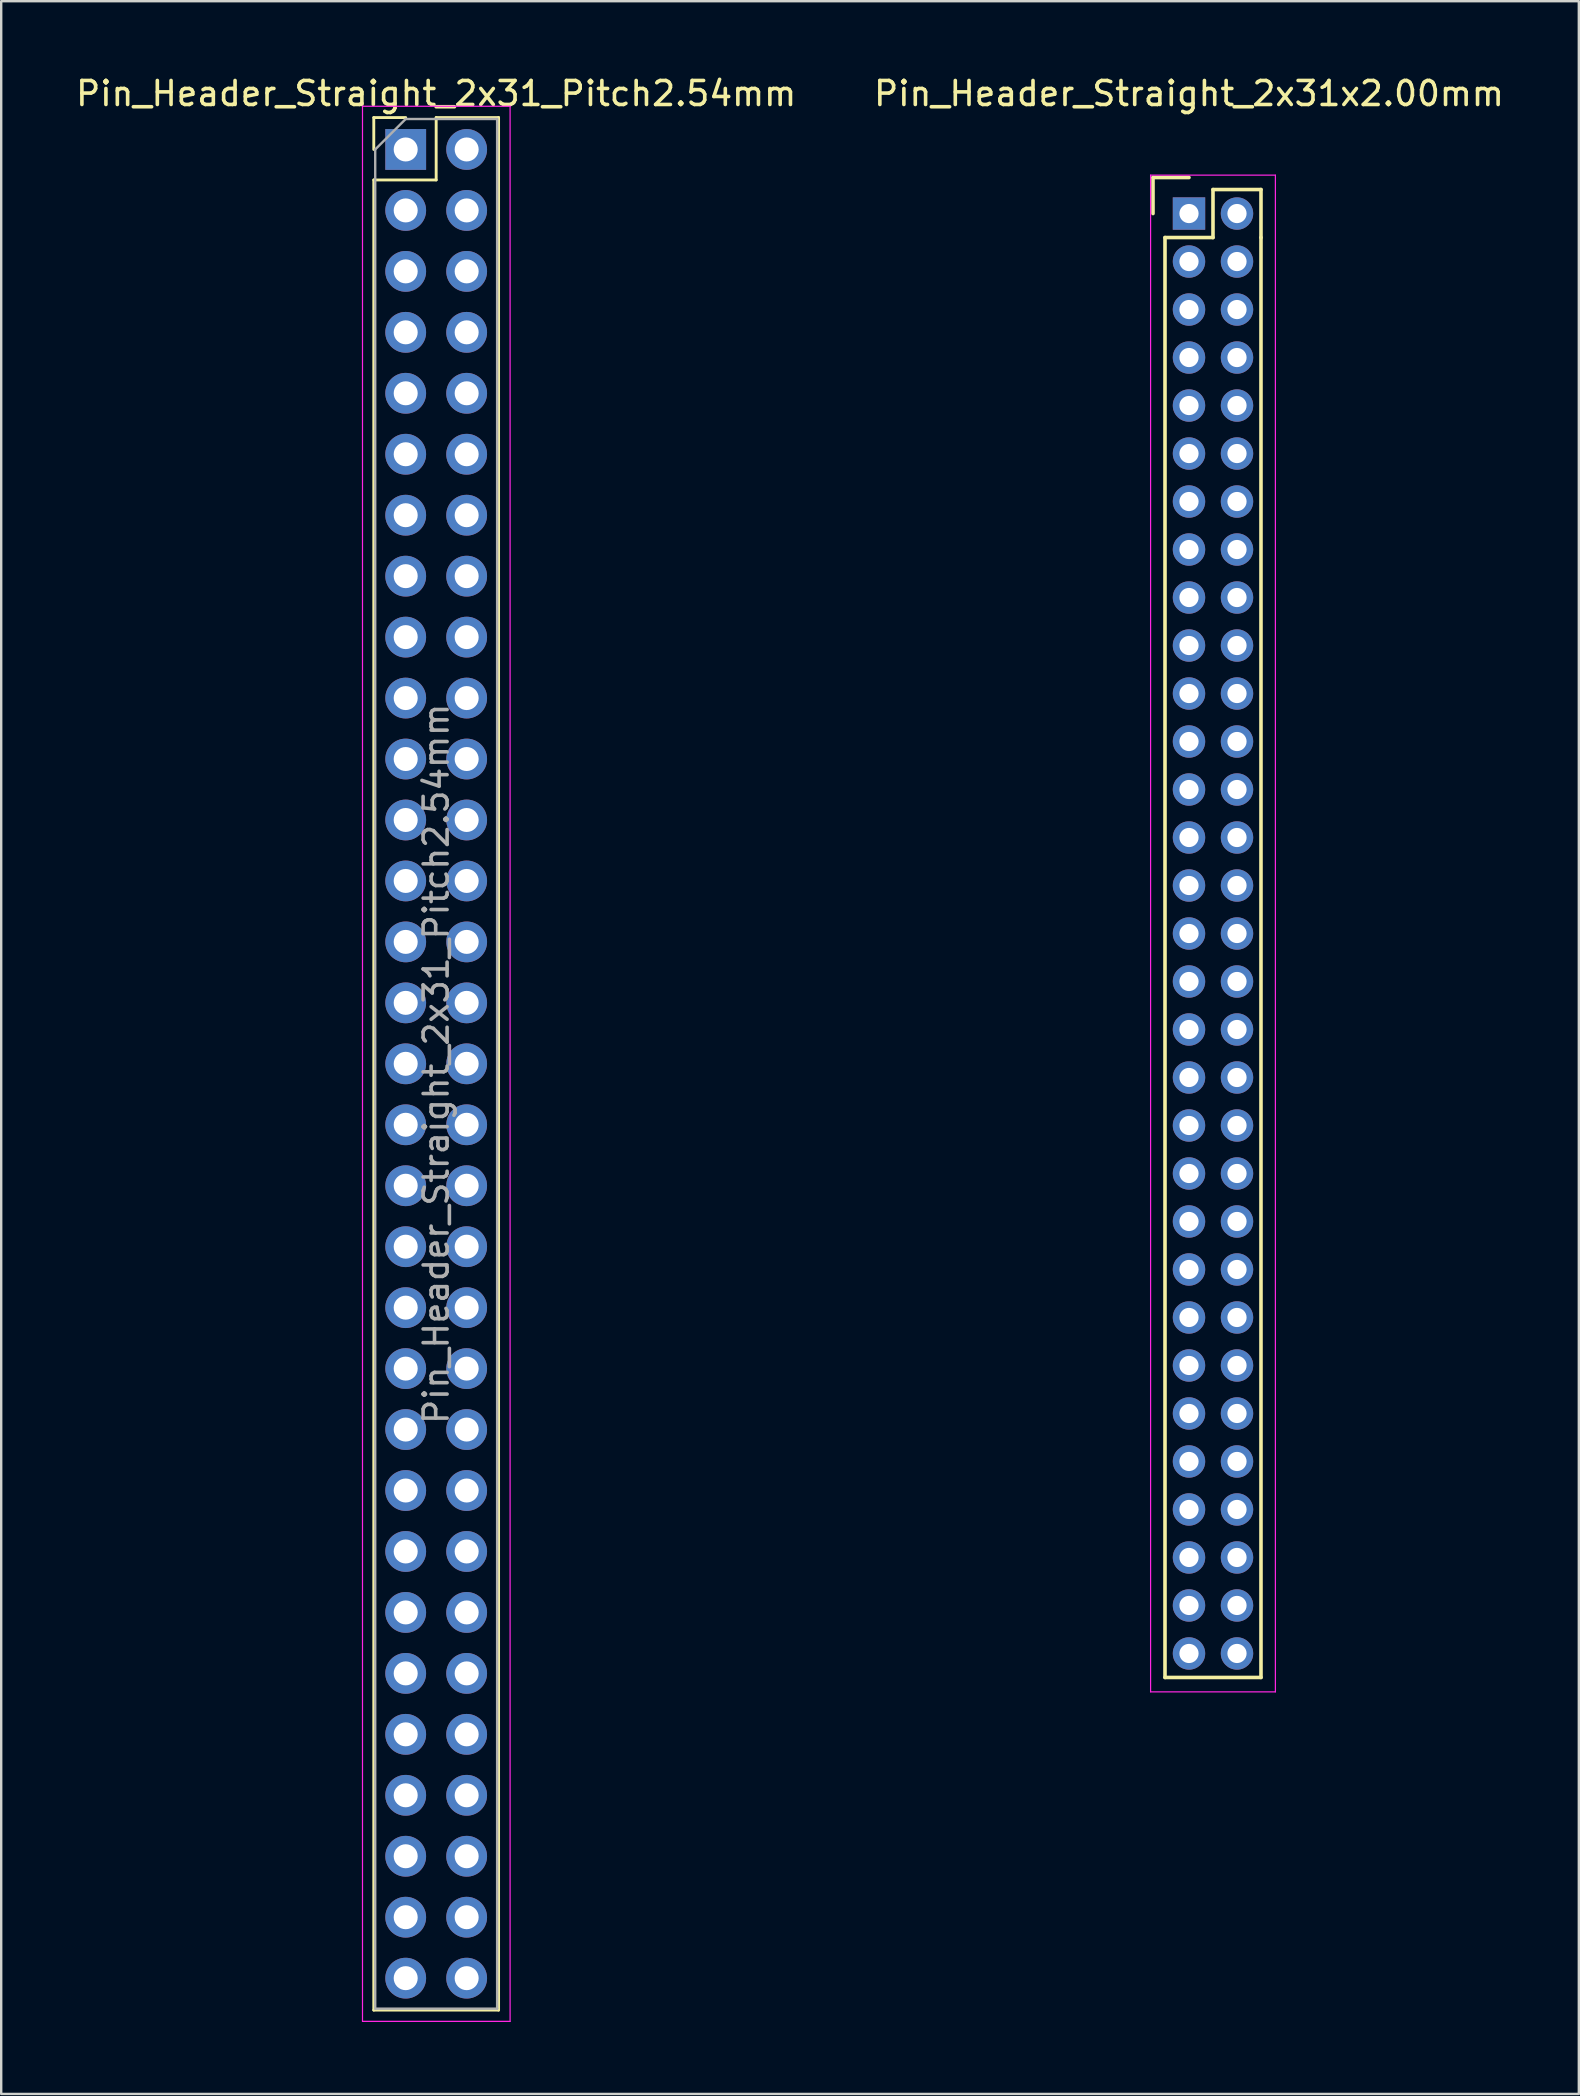
<source format=kicad_pcb>
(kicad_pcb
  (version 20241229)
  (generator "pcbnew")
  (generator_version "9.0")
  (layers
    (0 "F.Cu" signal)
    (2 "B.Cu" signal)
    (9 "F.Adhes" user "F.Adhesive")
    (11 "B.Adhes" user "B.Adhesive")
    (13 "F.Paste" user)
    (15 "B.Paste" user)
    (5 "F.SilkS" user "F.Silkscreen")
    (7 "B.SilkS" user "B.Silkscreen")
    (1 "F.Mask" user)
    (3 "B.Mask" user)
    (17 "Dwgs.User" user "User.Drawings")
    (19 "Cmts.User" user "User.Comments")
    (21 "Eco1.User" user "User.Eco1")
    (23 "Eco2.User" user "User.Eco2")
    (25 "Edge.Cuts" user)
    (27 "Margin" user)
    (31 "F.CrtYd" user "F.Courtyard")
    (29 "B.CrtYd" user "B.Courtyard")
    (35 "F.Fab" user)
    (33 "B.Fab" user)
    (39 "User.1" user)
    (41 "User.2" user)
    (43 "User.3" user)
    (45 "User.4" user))
  (footprint "Pin_Header_Straight_2x31_Pitch2.54mm"
    (layer "F.Cu")
    (at 13.855 3.178)
    (property "Reference" "Pin_Header_Straight_2x31_Pitch2.54mm" (at 1.27 -2.33 0) (layer "F.SilkS") (effects (font (size 1 1) (thickness 0.15))))
    (attr through_hole)
    (fp_line (start -1.33 -1.33) (end 0 -1.33) (stroke (width 0.12) (type solid)) (layer "F.SilkS"))
    (fp_line (start -1.33 0) (end -1.33 -1.33) (stroke (width 0.12) (type solid)) (layer "F.SilkS"))
    (fp_line (start -1.33 1.27) (end -1.33 77.53) (stroke (width 0.12) (type solid)) (layer "F.SilkS"))
    (fp_line (start -1.33 77.53) (end 3.87 77.53) (stroke (width 0.12) (type solid)) (layer "F.SilkS"))
    (fp_line (start 1.27 -1.33) (end 1.27 1.27) (stroke (width 0.12) (type solid)) (layer "F.SilkS"))
    (fp_line (start 1.27 1.27) (end -1.33 1.27) (stroke (width 0.12) (type solid)) (layer "F.SilkS"))
    (fp_line (start 3.87 -1.33) (end 1.27 -1.33) (stroke (width 0.12) (type solid)) (layer "F.SilkS"))
    (fp_line (start 3.87 77.53) (end 3.87 -1.33) (stroke (width 0.12) (type solid)) (layer "F.SilkS"))
    (fp_line (start -1.8 -1.8) (end -1.8 78) (stroke (width 0.05) (type solid)) (layer "F.CrtYd"))
    (fp_line (start -1.8 78) (end 4.35 78) (stroke (width 0.05) (type solid)) (layer "F.CrtYd"))
    (fp_line (start 4.35 -1.8) (end -1.8 -1.8) (stroke (width 0.05) (type solid)) (layer "F.CrtYd"))
    (fp_line (start 4.35 78) (end 4.35 -1.8) (stroke (width 0.05) (type solid)) (layer "F.CrtYd"))
    (fp_line (start -1.27 0) (end 0 -1.27) (stroke (width 0.1) (type solid)) (layer "F.Fab"))
    (fp_line (start -1.27 77.47) (end -1.27 0) (stroke (width 0.1) (type solid)) (layer "F.Fab"))
    (fp_line (start 0 -1.27) (end 3.81 -1.27) (stroke (width 0.1) (type solid)) (layer "F.Fab"))
    (fp_line (start 3.81 -1.27) (end 3.81 77.47) (stroke (width 0.1) (type solid)) (layer "F.Fab"))
    (fp_line (start 3.81 77.47) (end -1.27 77.47) (stroke (width 0.1) (type solid)) (layer "F.Fab"))
    (fp_text user "${REFERENCE}" (at 1.27 38.1 90) (layer "F.Fab") (effects (font (size 1 1) (thickness 0.15))))
    (pad "1" thru_hole rect (at 0 0) (size 1.7 1.7) (drill 1) (layers "*.Cu" "*.Mask"))
    (pad "2" thru_hole oval (at 2.54 0) (size 1.7 1.7) (drill 1) (layers "*.Cu" "*.Mask"))
    (pad "3" thru_hole oval (at 0 2.54) (size 1.7 1.7) (drill 1) (layers "*.Cu" "*.Mask"))
    (pad "4" thru_hole oval (at 2.54 2.54) (size 1.7 1.7) (drill 1) (layers "*.Cu" "*.Mask"))
    (pad "5" thru_hole oval (at 0 5.08) (size 1.7 1.7) (drill 1) (layers "*.Cu" "*.Mask"))
    (pad "6" thru_hole oval (at 2.54 5.08) (size 1.7 1.7) (drill 1) (layers "*.Cu" "*.Mask"))
    (pad "7" thru_hole oval (at 0 7.62) (size 1.7 1.7) (drill 1) (layers "*.Cu" "*.Mask"))
    (pad "8" thru_hole oval (at 2.54 7.62) (size 1.7 1.7) (drill 1) (layers "*.Cu" "*.Mask"))
    (pad "9" thru_hole oval (at 0 10.16) (size 1.7 1.7) (drill 1) (layers "*.Cu" "*.Mask"))
    (pad "10" thru_hole oval (at 2.54 10.16) (size 1.7 1.7) (drill 1) (layers "*.Cu" "*.Mask"))
    (pad "11" thru_hole oval (at 0 12.7) (size 1.7 1.7) (drill 1) (layers "*.Cu" "*.Mask"))
    (pad "12" thru_hole oval (at 2.54 12.7) (size 1.7 1.7) (drill 1) (layers "*.Cu" "*.Mask"))
    (pad "13" thru_hole oval (at 0 15.24) (size 1.7 1.7) (drill 1) (layers "*.Cu" "*.Mask"))
    (pad "14" thru_hole oval (at 2.54 15.24) (size 1.7 1.7) (drill 1) (layers "*.Cu" "*.Mask"))
    (pad "15" thru_hole oval (at 0 17.78) (size 1.7 1.7) (drill 1) (layers "*.Cu" "*.Mask"))
    (pad "16" thru_hole oval (at 2.54 17.78) (size 1.7 1.7) (drill 1) (layers "*.Cu" "*.Mask"))
    (pad "17" thru_hole oval (at 0 20.32) (size 1.7 1.7) (drill 1) (layers "*.Cu" "*.Mask"))
    (pad "18" thru_hole oval (at 2.54 20.32) (size 1.7 1.7) (drill 1) (layers "*.Cu" "*.Mask"))
    (pad "19" thru_hole oval (at 0 22.86) (size 1.7 1.7) (drill 1) (layers "*.Cu" "*.Mask"))
    (pad "20" thru_hole oval (at 2.54 22.86) (size 1.7 1.7) (drill 1) (layers "*.Cu" "*.Mask"))
    (pad "21" thru_hole oval (at 0 25.4) (size 1.7 1.7) (drill 1) (layers "*.Cu" "*.Mask"))
    (pad "22" thru_hole oval (at 2.54 25.4) (size 1.7 1.7) (drill 1) (layers "*.Cu" "*.Mask"))
    (pad "23" thru_hole oval (at 0 27.94) (size 1.7 1.7) (drill 1) (layers "*.Cu" "*.Mask"))
    (pad "24" thru_hole oval (at 2.54 27.94) (size 1.7 1.7) (drill 1) (layers "*.Cu" "*.Mask"))
    (pad "25" thru_hole oval (at 0 30.48) (size 1.7 1.7) (drill 1) (layers "*.Cu" "*.Mask"))
    (pad "26" thru_hole oval (at 2.54 30.48) (size 1.7 1.7) (drill 1) (layers "*.Cu" "*.Mask"))
    (pad "27" thru_hole oval (at 0 33.02) (size 1.7 1.7) (drill 1) (layers "*.Cu" "*.Mask"))
    (pad "28" thru_hole oval (at 2.54 33.02) (size 1.7 1.7) (drill 1) (layers "*.Cu" "*.Mask"))
    (pad "29" thru_hole oval (at 0 35.56) (size 1.7 1.7) (drill 1) (layers "*.Cu" "*.Mask"))
    (pad "30" thru_hole oval (at 2.54 35.56) (size 1.7 1.7) (drill 1) (layers "*.Cu" "*.Mask"))
    (pad "31" thru_hole oval (at 0 38.1) (size 1.7 1.7) (drill 1) (layers "*.Cu" "*.Mask"))
    (pad "32" thru_hole oval (at 2.54 38.1) (size 1.7 1.7) (drill 1) (layers "*.Cu" "*.Mask"))
    (pad "33" thru_hole oval (at 0 40.64) (size 1.7 1.7) (drill 1) (layers "*.Cu" "*.Mask"))
    (pad "34" thru_hole oval (at 2.54 40.64) (size 1.7 1.7) (drill 1) (layers "*.Cu" "*.Mask"))
    (pad "35" thru_hole oval (at 0 43.18) (size 1.7 1.7) (drill 1) (layers "*.Cu" "*.Mask"))
    (pad "36" thru_hole oval (at 2.54 43.18) (size 1.7 1.7) (drill 1) (layers "*.Cu" "*.Mask"))
    (pad "37" thru_hole oval (at 0 45.72) (size 1.7 1.7) (drill 1) (layers "*.Cu" "*.Mask"))
    (pad "38" thru_hole oval (at 2.54 45.72) (size 1.7 1.7) (drill 1) (layers "*.Cu" "*.Mask"))
    (pad "39" thru_hole oval (at 0 48.26) (size 1.7 1.7) (drill 1) (layers "*.Cu" "*.Mask"))
    (pad "40" thru_hole oval (at 2.54 48.26) (size 1.7 1.7) (drill 1) (layers "*.Cu" "*.Mask"))
    (pad "41" thru_hole oval (at 0 50.8) (size 1.7 1.7) (drill 1) (layers "*.Cu" "*.Mask"))
    (pad "42" thru_hole oval (at 2.54 50.8) (size 1.7 1.7) (drill 1) (layers "*.Cu" "*.Mask"))
    (pad "43" thru_hole oval (at 0 53.34) (size 1.7 1.7) (drill 1) (layers "*.Cu" "*.Mask"))
    (pad "44" thru_hole oval (at 2.54 53.34) (size 1.7 1.7) (drill 1) (layers "*.Cu" "*.Mask"))
    (pad "45" thru_hole oval (at 0 55.88) (size 1.7 1.7) (drill 1) (layers "*.Cu" "*.Mask"))
    (pad "46" thru_hole oval (at 2.54 55.88) (size 1.7 1.7) (drill 1) (layers "*.Cu" "*.Mask"))
    (pad "47" thru_hole oval (at 0 58.42) (size 1.7 1.7) (drill 1) (layers "*.Cu" "*.Mask"))
    (pad "48" thru_hole oval (at 2.54 58.42) (size 1.7 1.7) (drill 1) (layers "*.Cu" "*.Mask"))
    (pad "49" thru_hole oval (at 0 60.96) (size 1.7 1.7) (drill 1) (layers "*.Cu" "*.Mask"))
    (pad "50" thru_hole oval (at 2.54 60.96) (size 1.7 1.7) (drill 1) (layers "*.Cu" "*.Mask"))
    (pad "51" thru_hole oval (at 0 63.5) (size 1.7 1.7) (drill 1) (layers "*.Cu" "*.Mask"))
    (pad "52" thru_hole oval (at 2.54 63.5) (size 1.7 1.7) (drill 1) (layers "*.Cu" "*.Mask"))
    (pad "53" thru_hole oval (at 0 66.04) (size 1.7 1.7) (drill 1) (layers "*.Cu" "*.Mask"))
    (pad "54" thru_hole oval (at 2.54 66.04) (size 1.7 1.7) (drill 1) (layers "*.Cu" "*.Mask"))
    (pad "55" thru_hole oval (at 0 68.58) (size 1.7 1.7) (drill 1) (layers "*.Cu" "*.Mask"))
    (pad "56" thru_hole oval (at 2.54 68.58) (size 1.7 1.7) (drill 1) (layers "*.Cu" "*.Mask"))
    (pad "57" thru_hole oval (at 0 71.12) (size 1.7 1.7) (drill 1) (layers "*.Cu" "*.Mask"))
    (pad "58" thru_hole oval (at 2.54 71.12) (size 1.7 1.7) (drill 1) (layers "*.Cu" "*.Mask"))
    (pad "59" thru_hole oval (at 0 73.66) (size 1.7 1.7) (drill 1) (layers "*.Cu" "*.Mask"))
    (pad "60" thru_hole oval (at 2.54 73.66) (size 1.7 1.7) (drill 1) (layers "*.Cu" "*.Mask"))
    (pad "61" thru_hole oval (at 0 76.2) (size 1.7 1.7) (drill 1) (layers "*.Cu" "*.Mask"))
    (pad "62" thru_hole oval (at 2.54 76.2) (size 1.7 1.7) (drill 1) (layers "*.Cu" "*.Mask")))
  (footprint "Pin_Header_Straight_2x31x2.00mm"
    (layer "F.Cu")
    (at 46.494 5.848)
    (property "Reference" "Pin_Header_Straight_2x31x2.00mm" (at 0 -5 0) (layer "F.SilkS") (effects (font (size 1 1) (thickness 0.15))))
    (attr through_hole)
    (fp_line (start -1.5 -1.5) (end 0 -1.5) (stroke (width 0.15) (type solid)) (layer "F.SilkS"))
    (fp_line (start -1.5 0) (end -1.5 -1.5) (stroke (width 0.15) (type solid)) (layer "F.SilkS"))
    (fp_line (start -1 1) (end 1 1) (stroke (width 0.15) (type solid)) (layer "F.SilkS"))
    (fp_line (start -1 61) (end -1 1) (stroke (width 0.15) (type solid)) (layer "F.SilkS"))
    (fp_line (start 1 -1) (end 3 -1) (stroke (width 0.15) (type solid)) (layer "F.SilkS"))
    (fp_line (start 1 1) (end 1 -1) (stroke (width 0.15) (type solid)) (layer "F.SilkS"))
    (fp_line (start 3 -1) (end 3 1) (stroke (width 0.15) (type solid)) (layer "F.SilkS"))
    (fp_line (start 3 1) (end 3 61) (stroke (width 0.15) (type solid)) (layer "F.SilkS"))
    (fp_line (start 3 61) (end -1 61) (stroke (width 0.15) (type solid)) (layer "F.SilkS"))
    (fp_line (start -1.6 -1.6) (end 3.6 -1.6) (stroke (width 0.05) (type solid)) (layer "F.CrtYd"))
    (fp_line (start -1.6 61.6) (end -1.6 -1.6) (stroke (width 0.05) (type solid)) (layer "F.CrtYd"))
    (fp_line (start 3.6 -1.6) (end 3.6 61.6) (stroke (width 0.05) (type solid)) (layer "F.CrtYd"))
    (fp_line (start 3.6 61.6) (end -1.6 61.6) (stroke (width 0.05) (type solid)) (layer "F.CrtYd"))
    (pad "1" thru_hole rect (at 0 0) (size 1.35 1.35) (drill 0.8) (layers "*.Cu" "*.Mask"))
    (pad "2" thru_hole circle (at 2 0) (size 1.35 1.35) (drill 0.8) (layers "*.Cu" "*.Mask"))
    (pad "3" thru_hole circle (at 0 2) (size 1.35 1.35) (drill 0.8) (layers "*.Cu" "*.Mask"))
    (pad "4" thru_hole circle (at 2 2) (size 1.35 1.35) (drill 0.8) (layers "*.Cu" "*.Mask"))
    (pad "5" thru_hole circle (at 0 4) (size 1.35 1.35) (drill 0.8) (layers "*.Cu" "*.Mask"))
    (pad "6" thru_hole circle (at 2 4) (size 1.35 1.35) (drill 0.8) (layers "*.Cu" "*.Mask"))
    (pad "7" thru_hole circle (at 0 6) (size 1.35 1.35) (drill 0.8) (layers "*.Cu" "*.Mask"))
    (pad "8" thru_hole circle (at 2 6) (size 1.35 1.35) (drill 0.8) (layers "*.Cu" "*.Mask"))
    (pad "9" thru_hole circle (at 0 8) (size 1.35 1.35) (drill 0.8) (layers "*.Cu" "*.Mask"))
    (pad "10" thru_hole circle (at 2 8) (size 1.35 1.35) (drill 0.8) (layers "*.Cu" "*.Mask"))
    (pad "11" thru_hole circle (at 0 10) (size 1.35 1.35) (drill 0.8) (layers "*.Cu" "*.Mask"))
    (pad "12" thru_hole circle (at 2 10) (size 1.35 1.35) (drill 0.8) (layers "*.Cu" "*.Mask"))
    (pad "13" thru_hole circle (at 0 12) (size 1.35 1.35) (drill 0.8) (layers "*.Cu" "*.Mask"))
    (pad "14" thru_hole circle (at 2 12) (size 1.35 1.35) (drill 0.8) (layers "*.Cu" "*.Mask"))
    (pad "15" thru_hole circle (at 0 14) (size 1.35 1.35) (drill 0.8) (layers "*.Cu" "*.Mask"))
    (pad "16" thru_hole circle (at 2 14) (size 1.35 1.35) (drill 0.8) (layers "*.Cu" "*.Mask"))
    (pad "17" thru_hole circle (at 0 16) (size 1.35 1.35) (drill 0.8) (layers "*.Cu" "*.Mask"))
    (pad "18" thru_hole circle (at 2 16) (size 1.35 1.35) (drill 0.8) (layers "*.Cu" "*.Mask"))
    (pad "19" thru_hole circle (at 0 18) (size 1.35 1.35) (drill 0.8) (layers "*.Cu" "*.Mask"))
    (pad "20" thru_hole circle (at 2 18) (size 1.35 1.35) (drill 0.8) (layers "*.Cu" "*.Mask"))
    (pad "21" thru_hole circle (at 0 20) (size 1.35 1.35) (drill 0.8) (layers "*.Cu" "*.Mask"))
    (pad "22" thru_hole circle (at 2 20) (size 1.35 1.35) (drill 0.8) (layers "*.Cu" "*.Mask"))
    (pad "23" thru_hole circle (at 0 22) (size 1.35 1.35) (drill 0.8) (layers "*.Cu" "*.Mask"))
    (pad "24" thru_hole circle (at 2 22) (size 1.35 1.35) (drill 0.8) (layers "*.Cu" "*.Mask"))
    (pad "25" thru_hole circle (at 0 24) (size 1.35 1.35) (drill 0.8) (layers "*.Cu" "*.Mask"))
    (pad "26" thru_hole circle (at 2 24) (size 1.35 1.35) (drill 0.8) (layers "*.Cu" "*.Mask"))
    (pad "27" thru_hole circle (at 0 26) (size 1.35 1.35) (drill 0.8) (layers "*.Cu" "*.Mask"))
    (pad "28" thru_hole circle (at 2 26) (size 1.35 1.35) (drill 0.8) (layers "*.Cu" "*.Mask"))
    (pad "29" thru_hole circle (at 0 28) (size 1.35 1.35) (drill 0.8) (layers "*.Cu" "*.Mask"))
    (pad "30" thru_hole circle (at 2 28) (size 1.35 1.35) (drill 0.8) (layers "*.Cu" "*.Mask"))
    (pad "31" thru_hole circle (at 0 30) (size 1.35 1.35) (drill 0.8) (layers "*.Cu" "*.Mask"))
    (pad "32" thru_hole circle (at 2 30) (size 1.35 1.35) (drill 0.8) (layers "*.Cu" "*.Mask"))
    (pad "33" thru_hole circle (at 0 32) (size 1.35 1.35) (drill 0.8) (layers "*.Cu" "*.Mask"))
    (pad "34" thru_hole circle (at 2 32) (size 1.35 1.35) (drill 0.8) (layers "*.Cu" "*.Mask"))
    (pad "35" thru_hole circle (at 0 34) (size 1.35 1.35) (drill 0.8) (layers "*.Cu" "*.Mask"))
    (pad "36" thru_hole circle (at 2 34) (size 1.35 1.35) (drill 0.8) (layers "*.Cu" "*.Mask"))
    (pad "37" thru_hole circle (at 0 36) (size 1.35 1.35) (drill 0.8) (layers "*.Cu" "*.Mask"))
    (pad "38" thru_hole circle (at 2 36) (size 1.35 1.35) (drill 0.8) (layers "*.Cu" "*.Mask"))
    (pad "39" thru_hole circle (at 0 38) (size 1.35 1.35) (drill 0.8) (layers "*.Cu" "*.Mask"))
    (pad "40" thru_hole circle (at 2 38) (size 1.35 1.35) (drill 0.8) (layers "*.Cu" "*.Mask"))
    (pad "41" thru_hole circle (at 0 40) (size 1.35 1.35) (drill 0.8) (layers "*.Cu" "*.Mask"))
    (pad "42" thru_hole circle (at 2 40) (size 1.35 1.35) (drill 0.8) (layers "*.Cu" "*.Mask"))
    (pad "43" thru_hole circle (at 0 42) (size 1.35 1.35) (drill 0.8) (layers "*.Cu" "*.Mask"))
    (pad "44" thru_hole circle (at 2 42) (size 1.35 1.35) (drill 0.8) (layers "*.Cu" "*.Mask"))
    (pad "45" thru_hole circle (at 0 44) (size 1.35 1.35) (drill 0.8) (layers "*.Cu" "*.Mask"))
    (pad "46" thru_hole circle (at 2 44) (size 1.35 1.35) (drill 0.8) (layers "*.Cu" "*.Mask"))
    (pad "47" thru_hole circle (at 0 46) (size 1.35 1.35) (drill 0.8) (layers "*.Cu" "*.Mask"))
    (pad "48" thru_hole circle (at 2 46) (size 1.35 1.35) (drill 0.8) (layers "*.Cu" "*.Mask"))
    (pad "49" thru_hole circle (at 0 48) (size 1.35 1.35) (drill 0.8) (layers "*.Cu" "*.Mask"))
    (pad "50" thru_hole circle (at 2 48) (size 1.35 1.35) (drill 0.8) (layers "*.Cu" "*.Mask"))
    (pad "51" thru_hole circle (at 0 50) (size 1.35 1.35) (drill 0.8) (layers "*.Cu" "*.Mask"))
    (pad "52" thru_hole circle (at 2 50) (size 1.35 1.35) (drill 0.8) (layers "*.Cu" "*.Mask"))
    (pad "53" thru_hole circle (at 0 52) (size 1.35 1.35) (drill 0.8) (layers "*.Cu" "*.Mask"))
    (pad "54" thru_hole circle (at 2 52) (size 1.35 1.35) (drill 0.8) (layers "*.Cu" "*.Mask"))
    (pad "55" thru_hole circle (at 0 54) (size 1.35 1.35) (drill 0.8) (layers "*.Cu" "*.Mask"))
    (pad "56" thru_hole circle (at 2 54) (size 1.35 1.35) (drill 0.8) (layers "*.Cu" "*.Mask"))
    (pad "57" thru_hole circle (at 0 56) (size 1.35 1.35) (drill 0.8) (layers "*.Cu" "*.Mask"))
    (pad "58" thru_hole circle (at 2 56) (size 1.35 1.35) (drill 0.8) (layers "*.Cu" "*.Mask"))
    (pad "59" thru_hole circle (at 0 58) (size 1.35 1.35) (drill 0.8) (layers "*.Cu" "*.Mask"))
    (pad "60" thru_hole circle (at 2 58) (size 1.35 1.35) (drill 0.8) (layers "*.Cu" "*.Mask"))
    (pad "61" thru_hole circle (at 0 60) (size 1.35 1.35) (drill 0.8) (layers "*.Cu" "*.Mask"))
    (pad "62" thru_hole circle (at 2 60) (size 1.35 1.35) (drill 0.8) (layers "*.Cu" "*.Mask")))
  (gr_rect
    (start -3 -3)
    (end 62.738 84.203)
    (stroke (width 0.1) (type default))
    (fill no)
    (layer "Edge.Cuts")))
</source>
